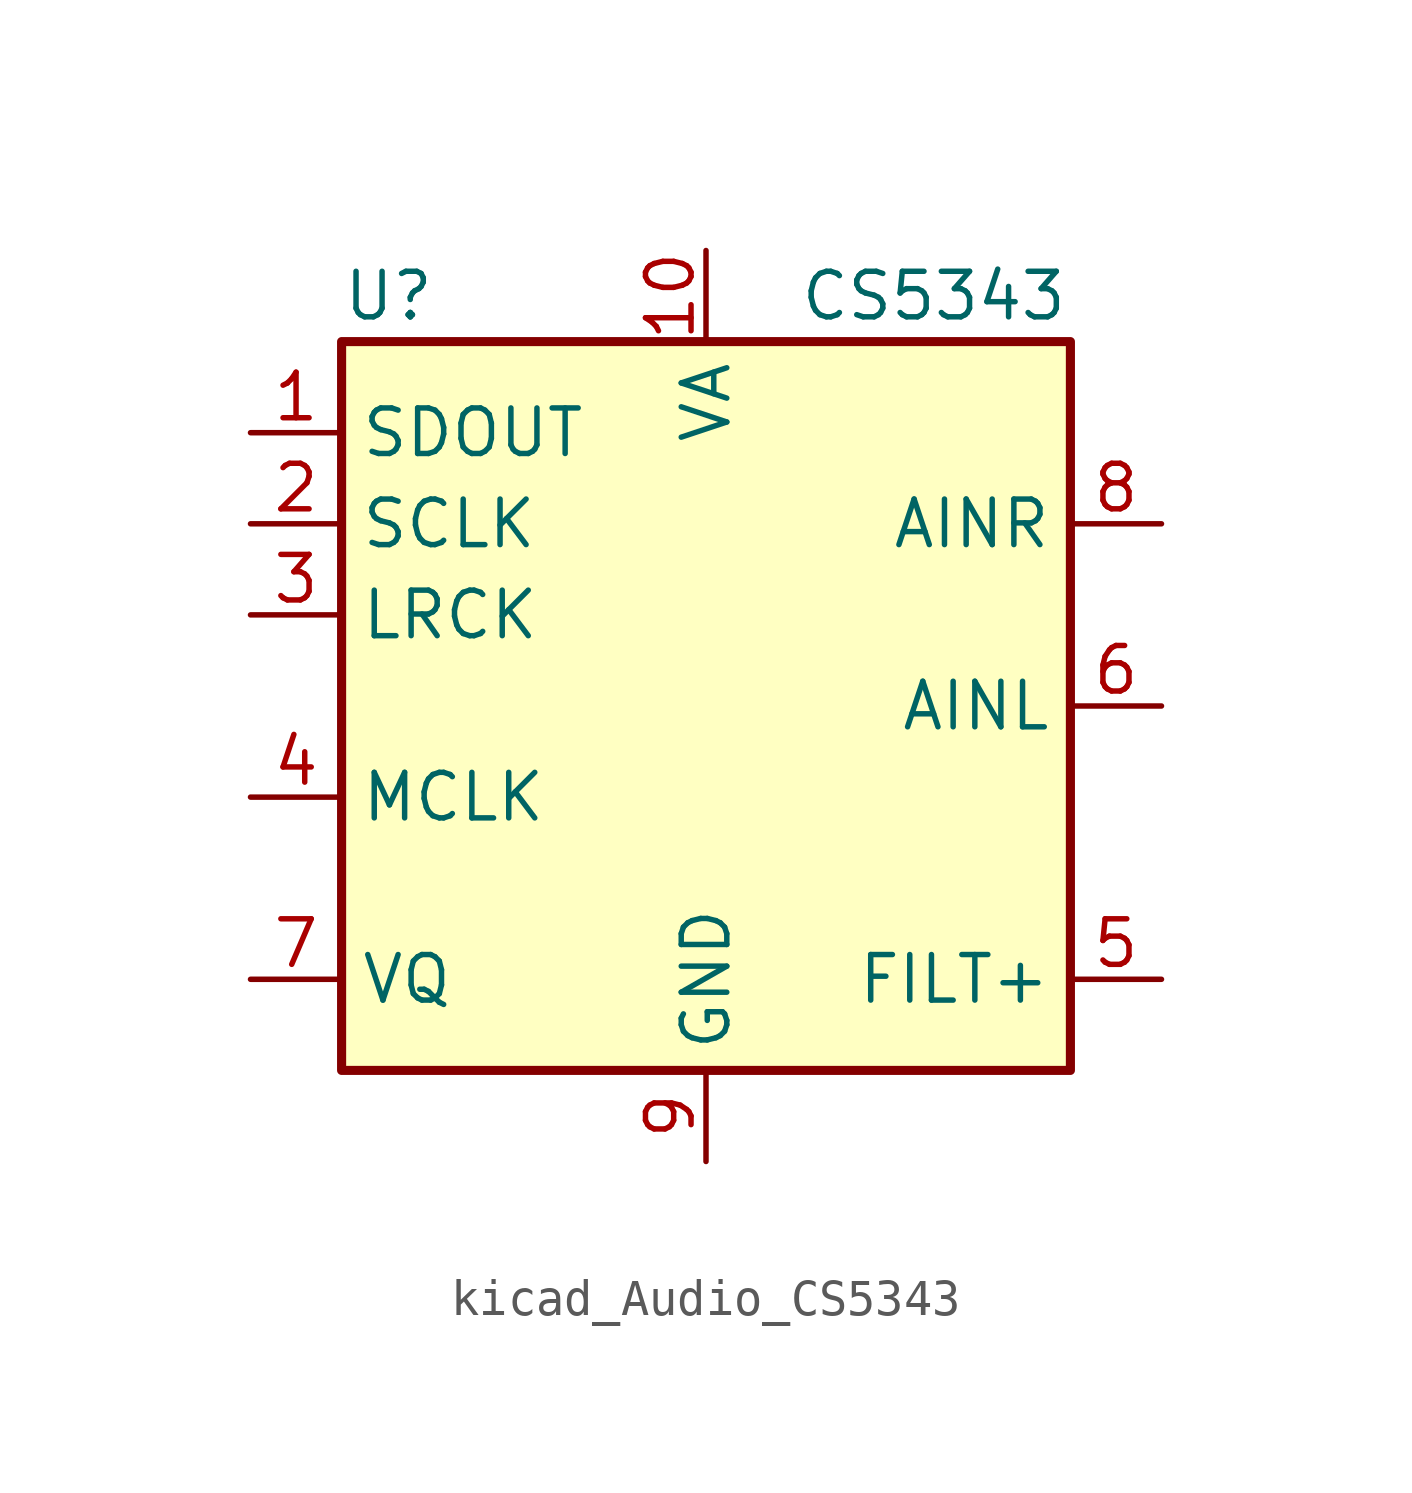
<source format=kicad_sym>
(kicad_symbol_lib
  (version 20220914)
  (generator kicad_symbol_editor)
  (symbol "kicad_Audio_CS5343"
    (property "Reference" "U"
      (at -10.16 11.43 0)
      (effects (font (size 1.27 1.27)) (justify left)))
    (property "Value" "CS5343"
      (at 6.35 11.43 0)
      (effects (font (size 1.27 1.27))))
    (symbol "kicad_Audio_CS5343_0_1"
      (rectangle (start -10.16 10.16) (end 10.16 -10.16) (stroke (width 0.254) (type default)) (fill (type background))))
    (symbol "kicad_Audio_CS5343_1_1"
      (pin output line (at -12.7 7.62 0) (length 2.54) (name "SDOUT" (effects (font (size 1.27 1.27)))) (number "1" (effects (font (size 1.27 1.27)))))
      (pin power_in line (at 0 12.7 270) (length 2.54) (name "VA" (effects (font (size 1.27 1.27)))) (number "10" (effects (font (size 1.27 1.27)))))
      (pin bidirectional line (at -12.7 5.08 0) (length 2.54) (name "SCLK" (effects (font (size 1.27 1.27)))) (number "2" (effects (font (size 1.27 1.27)))))
      (pin bidirectional line (at -12.7 2.54 0) (length 2.54) (name "LRCK" (effects (font (size 1.27 1.27)))) (number "3" (effects (font (size 1.27 1.27)))))
      (pin input line (at -12.7 -2.54 0) (length 2.54) (name "MCLK" (effects (font (size 1.27 1.27)))) (number "4" (effects (font (size 1.27 1.27)))))
      (pin output line (at 12.7 -7.62 180) (length 2.54) (name "FILT+" (effects (font (size 1.27 1.27)))) (number "5" (effects (font (size 1.27 1.27)))))
      (pin input line (at 12.7 0 180) (length 2.54) (name "AINL" (effects (font (size 1.27 1.27)))) (number "6" (effects (font (size 1.27 1.27)))))
      (pin output line (at -12.7 -7.62 0) (length 2.54) (name "VQ" (effects (font (size 1.27 1.27)))) (number "7" (effects (font (size 1.27 1.27)))))
      (pin input line (at 12.7 5.08 180) (length 2.54) (name "AINR" (effects (font (size 1.27 1.27)))) (number "8" (effects (font (size 1.27 1.27)))))
      (pin power_in line (at 0 -12.7 90) (length 2.54) (name "GND" (effects (font (size 1.27 1.27)))) (number "9" (effects (font (size 1.27 1.27))))))))
</source>
